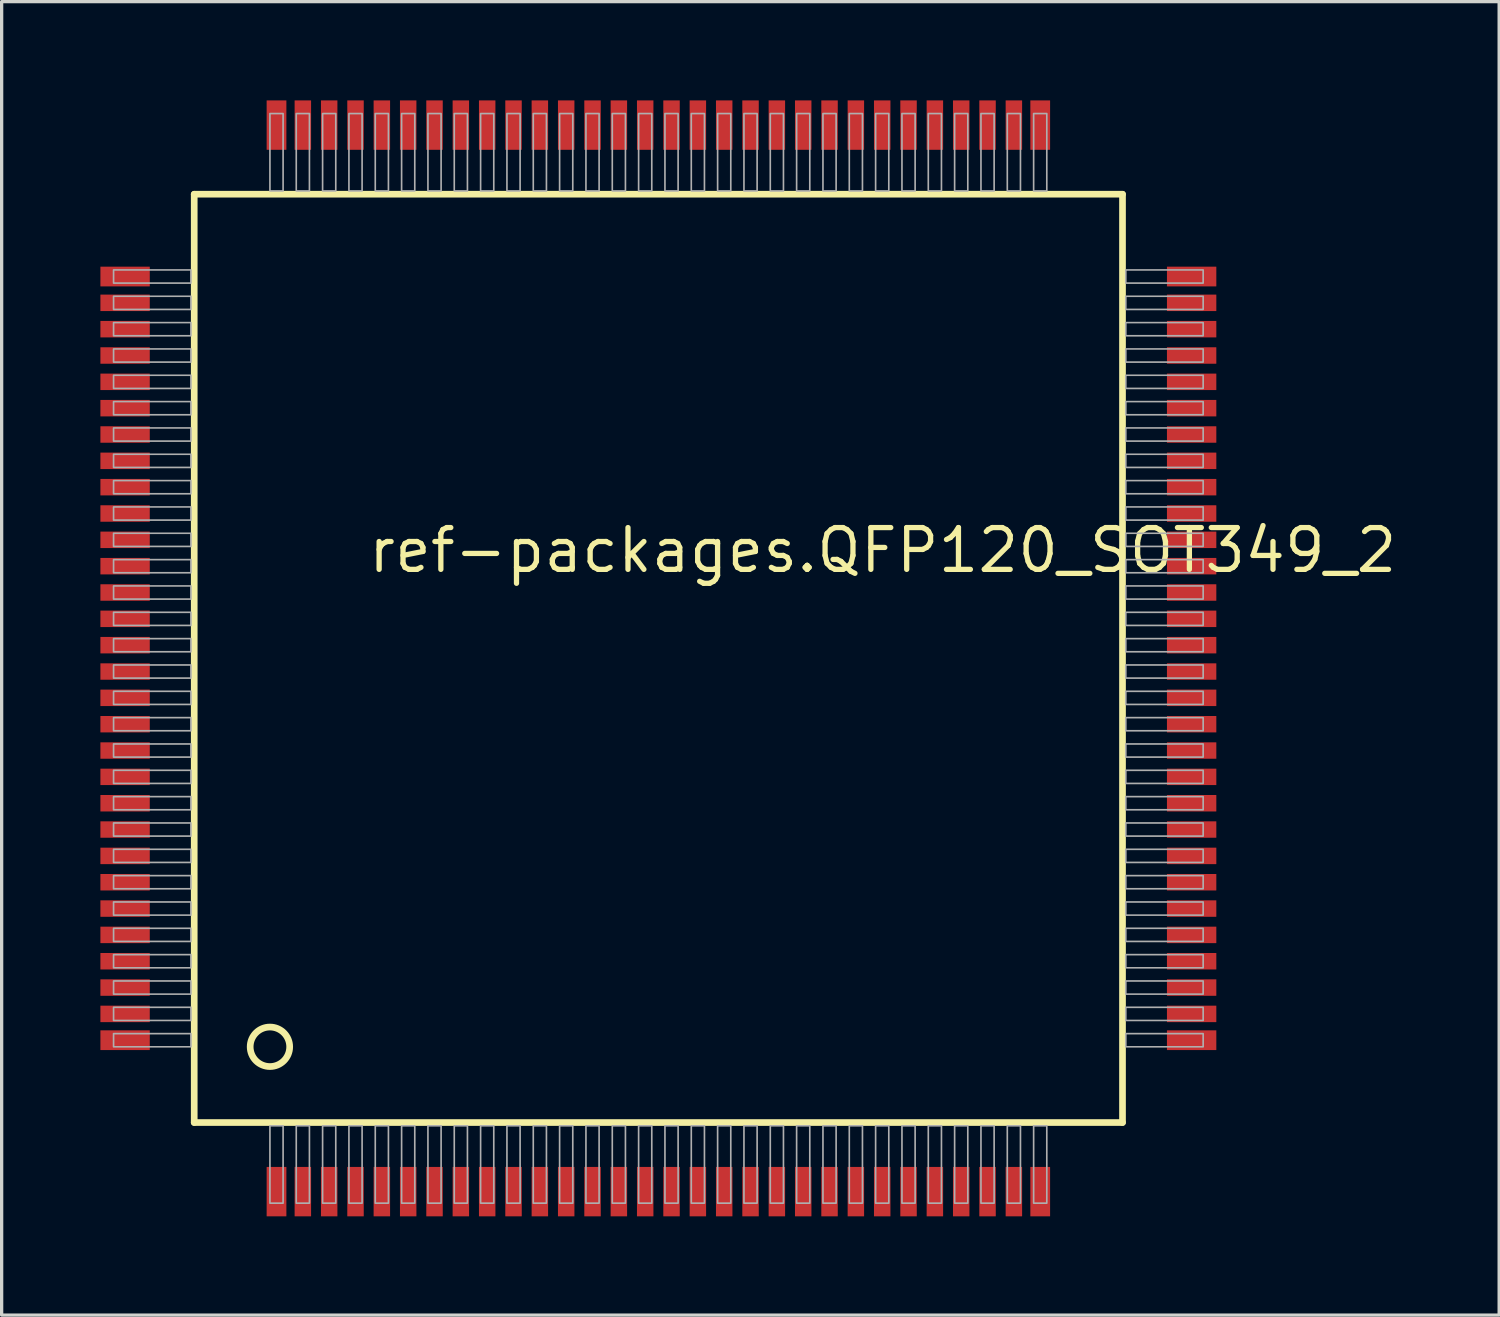
<source format=kicad_pcb>
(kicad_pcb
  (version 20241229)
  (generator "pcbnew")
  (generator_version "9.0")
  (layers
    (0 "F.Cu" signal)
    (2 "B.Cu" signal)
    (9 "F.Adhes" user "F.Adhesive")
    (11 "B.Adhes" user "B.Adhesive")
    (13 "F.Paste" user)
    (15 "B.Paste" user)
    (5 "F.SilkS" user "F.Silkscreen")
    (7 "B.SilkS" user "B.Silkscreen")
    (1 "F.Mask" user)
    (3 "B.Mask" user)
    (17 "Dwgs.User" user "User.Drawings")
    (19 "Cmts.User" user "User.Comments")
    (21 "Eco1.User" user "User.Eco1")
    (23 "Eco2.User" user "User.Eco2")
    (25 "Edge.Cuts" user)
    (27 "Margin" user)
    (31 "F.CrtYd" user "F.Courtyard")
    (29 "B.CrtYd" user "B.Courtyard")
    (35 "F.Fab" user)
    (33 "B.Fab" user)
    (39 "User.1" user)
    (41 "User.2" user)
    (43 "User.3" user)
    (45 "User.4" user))
  (footprint "ref-packages.QFP120_SOT349_2"
    (layer "F.Cu")
    (at 16.95 16.95)
    (property "Reference" "ref-packages.QFP120_SOT349_2" (at -8.89 -2.54 0) (layer "F.SilkS") (effects (font (size 1.27 1.27) (thickness 0.16)) (justify left bottom)))
    (attr smd)
    (fp_line (start -14.1 -14.1) (end 14.1 -14.1) (stroke (width 0.203) (type default)) (layer "F.SilkS"))
    (fp_line (start -14.1 14.1) (end -14.1 -14.1) (stroke (width 0.203) (type default)) (layer "F.SilkS"))
    (fp_line (start 14.1 -14.1) (end 14.1 14.1) (stroke (width 0.203) (type default)) (layer "F.SilkS"))
    (fp_line (start 14.1 14.1) (end -14.1 14.1) (stroke (width 0.203) (type default)) (layer "F.SilkS"))
    (fp_circle (center -11.8 11.8) (end -11.2 11.8) (stroke (width 0.203) (type default)) (fill no) (layer "F.SilkS"))
    (fp_rect (start -16.55 -11.4) (end -14.2 -11.8) (stroke (width 0.05) (type default)) (fill no) (layer "F.Fab"))
    (fp_rect (start -16.55 -10.6) (end -14.2 -11) (stroke (width 0.05) (type default)) (fill no) (layer "F.Fab"))
    (fp_rect (start -16.55 -9.8) (end -14.2 -10.2) (stroke (width 0.05) (type default)) (fill no) (layer "F.Fab"))
    (fp_rect (start -16.55 -9) (end -14.2 -9.4) (stroke (width 0.05) (type default)) (fill no) (layer "F.Fab"))
    (fp_rect (start -16.55 -8.2) (end -14.2 -8.6) (stroke (width 0.05) (type default)) (fill no) (layer "F.Fab"))
    (fp_rect (start -16.55 -7.4) (end -14.2 -7.8) (stroke (width 0.05) (type default)) (fill no) (layer "F.Fab"))
    (fp_rect (start -16.55 -6.6) (end -14.2 -7) (stroke (width 0.05) (type default)) (fill no) (layer "F.Fab"))
    (fp_rect (start -16.55 -5.8) (end -14.2 -6.2) (stroke (width 0.05) (type default)) (fill no) (layer "F.Fab"))
    (fp_rect (start -16.55 -5) (end -14.2 -5.4) (stroke (width 0.05) (type default)) (fill no) (layer "F.Fab"))
    (fp_rect (start -16.55 -4.2) (end -14.2 -4.6) (stroke (width 0.05) (type default)) (fill no) (layer "F.Fab"))
    (fp_rect (start -16.55 -3.4) (end -14.2 -3.8) (stroke (width 0.05) (type default)) (fill no) (layer "F.Fab"))
    (fp_rect (start -16.55 -2.6) (end -14.2 -3) (stroke (width 0.05) (type default)) (fill no) (layer "F.Fab"))
    (fp_rect (start -16.55 -1.8) (end -14.2 -2.2) (stroke (width 0.05) (type default)) (fill no) (layer "F.Fab"))
    (fp_rect (start -16.55 -1) (end -14.2 -1.4) (stroke (width 0.05) (type default)) (fill no) (layer "F.Fab"))
    (fp_rect (start -16.55 -0.2) (end -14.2 -0.6) (stroke (width 0.05) (type default)) (fill no) (layer "F.Fab"))
    (fp_rect (start -16.55 0.6) (end -14.2 0.2) (stroke (width 0.05) (type default)) (fill no) (layer "F.Fab"))
    (fp_rect (start -16.55 1.4) (end -14.2 1) (stroke (width 0.05) (type default)) (fill no) (layer "F.Fab"))
    (fp_rect (start -16.55 2.2) (end -14.2 1.8) (stroke (width 0.05) (type default)) (fill no) (layer "F.Fab"))
    (fp_rect (start -16.55 3) (end -14.2 2.6) (stroke (width 0.05) (type default)) (fill no) (layer "F.Fab"))
    (fp_rect (start -16.55 3.8) (end -14.2 3.4) (stroke (width 0.05) (type default)) (fill no) (layer "F.Fab"))
    (fp_rect (start -16.55 4.6) (end -14.2 4.2) (stroke (width 0.05) (type default)) (fill no) (layer "F.Fab"))
    (fp_rect (start -16.55 5.4) (end -14.2 5) (stroke (width 0.05) (type default)) (fill no) (layer "F.Fab"))
    (fp_rect (start -16.55 6.2) (end -14.2 5.8) (stroke (width 0.05) (type default)) (fill no) (layer "F.Fab"))
    (fp_rect (start -16.55 7) (end -14.2 6.6) (stroke (width 0.05) (type default)) (fill no) (layer "F.Fab"))
    (fp_rect (start -16.55 7.8) (end -14.2 7.4) (stroke (width 0.05) (type default)) (fill no) (layer "F.Fab"))
    (fp_rect (start -16.55 8.6) (end -14.2 8.2) (stroke (width 0.05) (type default)) (fill no) (layer "F.Fab"))
    (fp_rect (start -16.55 9.4) (end -14.2 9) (stroke (width 0.05) (type default)) (fill no) (layer "F.Fab"))
    (fp_rect (start -16.55 10.2) (end -14.2 9.8) (stroke (width 0.05) (type default)) (fill no) (layer "F.Fab"))
    (fp_rect (start -16.55 11) (end -14.2 10.6) (stroke (width 0.05) (type default)) (fill no) (layer "F.Fab"))
    (fp_rect (start -16.55 11.8) (end -14.2 11.4) (stroke (width 0.05) (type default)) (fill no) (layer "F.Fab"))
    (fp_rect (start -11.8 -14.2) (end -11.4 -16.55) (stroke (width 0.05) (type default)) (fill no) (layer "F.Fab"))
    (fp_rect (start -11.8 16.55) (end -11.4 14.2) (stroke (width 0.05) (type default)) (fill no) (layer "F.Fab"))
    (fp_rect (start -11 -14.2) (end -10.6 -16.55) (stroke (width 0.05) (type default)) (fill no) (layer "F.Fab"))
    (fp_rect (start -11 16.55) (end -10.6 14.2) (stroke (width 0.05) (type default)) (fill no) (layer "F.Fab"))
    (fp_rect (start -10.2 -14.2) (end -9.8 -16.55) (stroke (width 0.05) (type default)) (fill no) (layer "F.Fab"))
    (fp_rect (start -10.2 16.55) (end -9.8 14.2) (stroke (width 0.05) (type default)) (fill no) (layer "F.Fab"))
    (fp_rect (start -9.4 -14.2) (end -9 -16.55) (stroke (width 0.05) (type default)) (fill no) (layer "F.Fab"))
    (fp_rect (start -9.4 16.55) (end -9 14.2) (stroke (width 0.05) (type default)) (fill no) (layer "F.Fab"))
    (fp_rect (start -8.6 -14.2) (end -8.2 -16.55) (stroke (width 0.05) (type default)) (fill no) (layer "F.Fab"))
    (fp_rect (start -8.6 16.55) (end -8.2 14.2) (stroke (width 0.05) (type default)) (fill no) (layer "F.Fab"))
    (fp_rect (start -7.8 -14.2) (end -7.4 -16.55) (stroke (width 0.05) (type default)) (fill no) (layer "F.Fab"))
    (fp_rect (start -7.8 16.55) (end -7.4 14.2) (stroke (width 0.05) (type default)) (fill no) (layer "F.Fab"))
    (fp_rect (start -7 -14.2) (end -6.6 -16.55) (stroke (width 0.05) (type default)) (fill no) (layer "F.Fab"))
    (fp_rect (start -7 16.55) (end -6.6 14.2) (stroke (width 0.05) (type default)) (fill no) (layer "F.Fab"))
    (fp_rect (start -6.2 -14.2) (end -5.8 -16.55) (stroke (width 0.05) (type default)) (fill no) (layer "F.Fab"))
    (fp_rect (start -6.2 16.55) (end -5.8 14.2) (stroke (width 0.05) (type default)) (fill no) (layer "F.Fab"))
    (fp_rect (start -5.4 -14.2) (end -5 -16.55) (stroke (width 0.05) (type default)) (fill no) (layer "F.Fab"))
    (fp_rect (start -5.4 16.55) (end -5 14.2) (stroke (width 0.05) (type default)) (fill no) (layer "F.Fab"))
    (fp_rect (start -4.6 -14.2) (end -4.2 -16.55) (stroke (width 0.05) (type default)) (fill no) (layer "F.Fab"))
    (fp_rect (start -4.6 16.55) (end -4.2 14.2) (stroke (width 0.05) (type default)) (fill no) (layer "F.Fab"))
    (fp_rect (start -3.8 -14.2) (end -3.4 -16.55) (stroke (width 0.05) (type default)) (fill no) (layer "F.Fab"))
    (fp_rect (start -3.8 16.55) (end -3.4 14.2) (stroke (width 0.05) (type default)) (fill no) (layer "F.Fab"))
    (fp_rect (start -3 -14.2) (end -2.6 -16.55) (stroke (width 0.05) (type default)) (fill no) (layer "F.Fab"))
    (fp_rect (start -3 16.55) (end -2.6 14.2) (stroke (width 0.05) (type default)) (fill no) (layer "F.Fab"))
    (fp_rect (start -2.2 -14.2) (end -1.8 -16.55) (stroke (width 0.05) (type default)) (fill no) (layer "F.Fab"))
    (fp_rect (start -2.2 16.55) (end -1.8 14.2) (stroke (width 0.05) (type default)) (fill no) (layer "F.Fab"))
    (fp_rect (start -1.4 -14.2) (end -1 -16.55) (stroke (width 0.05) (type default)) (fill no) (layer "F.Fab"))
    (fp_rect (start -1.4 16.55) (end -1 14.2) (stroke (width 0.05) (type default)) (fill no) (layer "F.Fab"))
    (fp_rect (start -0.6 -14.2) (end -0.2 -16.55) (stroke (width 0.05) (type default)) (fill no) (layer "F.Fab"))
    (fp_rect (start -0.6 16.55) (end -0.2 14.2) (stroke (width 0.05) (type default)) (fill no) (layer "F.Fab"))
    (fp_rect (start 0.2 -14.2) (end 0.6 -16.55) (stroke (width 0.05) (type default)) (fill no) (layer "F.Fab"))
    (fp_rect (start 0.2 16.55) (end 0.6 14.2) (stroke (width 0.05) (type default)) (fill no) (layer "F.Fab"))
    (fp_rect (start 1 -14.2) (end 1.4 -16.55) (stroke (width 0.05) (type default)) (fill no) (layer "F.Fab"))
    (fp_rect (start 1 16.55) (end 1.4 14.2) (stroke (width 0.05) (type default)) (fill no) (layer "F.Fab"))
    (fp_rect (start 1.8 -14.2) (end 2.2 -16.55) (stroke (width 0.05) (type default)) (fill no) (layer "F.Fab"))
    (fp_rect (start 1.8 16.55) (end 2.2 14.2) (stroke (width 0.05) (type default)) (fill no) (layer "F.Fab"))
    (fp_rect (start 2.6 -14.2) (end 3 -16.55) (stroke (width 0.05) (type default)) (fill no) (layer "F.Fab"))
    (fp_rect (start 2.6 16.55) (end 3 14.2) (stroke (width 0.05) (type default)) (fill no) (layer "F.Fab"))
    (fp_rect (start 3.4 -14.2) (end 3.8 -16.55) (stroke (width 0.05) (type default)) (fill no) (layer "F.Fab"))
    (fp_rect (start 3.4 16.55) (end 3.8 14.2) (stroke (width 0.05) (type default)) (fill no) (layer "F.Fab"))
    (fp_rect (start 4.2 -14.2) (end 4.6 -16.55) (stroke (width 0.05) (type default)) (fill no) (layer "F.Fab"))
    (fp_rect (start 4.2 16.55) (end 4.6 14.2) (stroke (width 0.05) (type default)) (fill no) (layer "F.Fab"))
    (fp_rect (start 5 -14.2) (end 5.4 -16.55) (stroke (width 0.05) (type default)) (fill no) (layer "F.Fab"))
    (fp_rect (start 5 16.55) (end 5.4 14.2) (stroke (width 0.05) (type default)) (fill no) (layer "F.Fab"))
    (fp_rect (start 5.8 -14.2) (end 6.2 -16.55) (stroke (width 0.05) (type default)) (fill no) (layer "F.Fab"))
    (fp_rect (start 5.8 16.55) (end 6.2 14.2) (stroke (width 0.05) (type default)) (fill no) (layer "F.Fab"))
    (fp_rect (start 6.6 -14.2) (end 7 -16.55) (stroke (width 0.05) (type default)) (fill no) (layer "F.Fab"))
    (fp_rect (start 6.6 16.55) (end 7 14.2) (stroke (width 0.05) (type default)) (fill no) (layer "F.Fab"))
    (fp_rect (start 7.4 -14.2) (end 7.8 -16.55) (stroke (width 0.05) (type default)) (fill no) (layer "F.Fab"))
    (fp_rect (start 7.4 16.55) (end 7.8 14.2) (stroke (width 0.05) (type default)) (fill no) (layer "F.Fab"))
    (fp_rect (start 8.2 -14.2) (end 8.6 -16.55) (stroke (width 0.05) (type default)) (fill no) (layer "F.Fab"))
    (fp_rect (start 8.2 16.55) (end 8.6 14.2) (stroke (width 0.05) (type default)) (fill no) (layer "F.Fab"))
    (fp_rect (start 9 -14.2) (end 9.4 -16.55) (stroke (width 0.05) (type default)) (fill no) (layer "F.Fab"))
    (fp_rect (start 9 16.55) (end 9.4 14.2) (stroke (width 0.05) (type default)) (fill no) (layer "F.Fab"))
    (fp_rect (start 9.8 -14.2) (end 10.2 -16.55) (stroke (width 0.05) (type default)) (fill no) (layer "F.Fab"))
    (fp_rect (start 9.8 16.55) (end 10.2 14.2) (stroke (width 0.05) (type default)) (fill no) (layer "F.Fab"))
    (fp_rect (start 10.6 -14.2) (end 11 -16.55) (stroke (width 0.05) (type default)) (fill no) (layer "F.Fab"))
    (fp_rect (start 10.6 16.55) (end 11 14.2) (stroke (width 0.05) (type default)) (fill no) (layer "F.Fab"))
    (fp_rect (start 11.4 -14.2) (end 11.8 -16.55) (stroke (width 0.05) (type default)) (fill no) (layer "F.Fab"))
    (fp_rect (start 11.4 16.55) (end 11.8 14.2) (stroke (width 0.05) (type default)) (fill no) (layer "F.Fab"))
    (fp_rect (start 14.2 -11.4) (end 16.55 -11.8) (stroke (width 0.05) (type default)) (fill no) (layer "F.Fab"))
    (fp_rect (start 14.2 -10.6) (end 16.55 -11) (stroke (width 0.05) (type default)) (fill no) (layer "F.Fab"))
    (fp_rect (start 14.2 -9.8) (end 16.55 -10.2) (stroke (width 0.05) (type default)) (fill no) (layer "F.Fab"))
    (fp_rect (start 14.2 -9) (end 16.55 -9.4) (stroke (width 0.05) (type default)) (fill no) (layer "F.Fab"))
    (fp_rect (start 14.2 -8.2) (end 16.55 -8.6) (stroke (width 0.05) (type default)) (fill no) (layer "F.Fab"))
    (fp_rect (start 14.2 -7.4) (end 16.55 -7.8) (stroke (width 0.05) (type default)) (fill no) (layer "F.Fab"))
    (fp_rect (start 14.2 -6.6) (end 16.55 -7) (stroke (width 0.05) (type default)) (fill no) (layer "F.Fab"))
    (fp_rect (start 14.2 -5.8) (end 16.55 -6.2) (stroke (width 0.05) (type default)) (fill no) (layer "F.Fab"))
    (fp_rect (start 14.2 -5) (end 16.55 -5.4) (stroke (width 0.05) (type default)) (fill no) (layer "F.Fab"))
    (fp_rect (start 14.2 -4.2) (end 16.55 -4.6) (stroke (width 0.05) (type default)) (fill no) (layer "F.Fab"))
    (fp_rect (start 14.2 -3.4) (end 16.55 -3.8) (stroke (width 0.05) (type default)) (fill no) (layer "F.Fab"))
    (fp_rect (start 14.2 -2.6) (end 16.55 -3) (stroke (width 0.05) (type default)) (fill no) (layer "F.Fab"))
    (fp_rect (start 14.2 -1.8) (end 16.55 -2.2) (stroke (width 0.05) (type default)) (fill no) (layer "F.Fab"))
    (fp_rect (start 14.2 -1) (end 16.55 -1.4) (stroke (width 0.05) (type default)) (fill no) (layer "F.Fab"))
    (fp_rect (start 14.2 -0.2) (end 16.55 -0.6) (stroke (width 0.05) (type default)) (fill no) (layer "F.Fab"))
    (fp_rect (start 14.2 0.6) (end 16.55 0.2) (stroke (width 0.05) (type default)) (fill no) (layer "F.Fab"))
    (fp_rect (start 14.2 1.4) (end 16.55 1) (stroke (width 0.05) (type default)) (fill no) (layer "F.Fab"))
    (fp_rect (start 14.2 2.2) (end 16.55 1.8) (stroke (width 0.05) (type default)) (fill no) (layer "F.Fab"))
    (fp_rect (start 14.2 3) (end 16.55 2.6) (stroke (width 0.05) (type default)) (fill no) (layer "F.Fab"))
    (fp_rect (start 14.2 3.8) (end 16.55 3.4) (stroke (width 0.05) (type default)) (fill no) (layer "F.Fab"))
    (fp_rect (start 14.2 4.6) (end 16.55 4.2) (stroke (width 0.05) (type default)) (fill no) (layer "F.Fab"))
    (fp_rect (start 14.2 5.4) (end 16.55 5) (stroke (width 0.05) (type default)) (fill no) (layer "F.Fab"))
    (fp_rect (start 14.2 6.2) (end 16.55 5.8) (stroke (width 0.05) (type default)) (fill no) (layer "F.Fab"))
    (fp_rect (start 14.2 7) (end 16.55 6.6) (stroke (width 0.05) (type default)) (fill no) (layer "F.Fab"))
    (fp_rect (start 14.2 7.8) (end 16.55 7.4) (stroke (width 0.05) (type default)) (fill no) (layer "F.Fab"))
    (fp_rect (start 14.2 8.6) (end 16.55 8.2) (stroke (width 0.05) (type default)) (fill no) (layer "F.Fab"))
    (fp_rect (start 14.2 9.4) (end 16.55 9) (stroke (width 0.05) (type default)) (fill no) (layer "F.Fab"))
    (fp_rect (start 14.2 10.2) (end 16.55 9.8) (stroke (width 0.05) (type default)) (fill no) (layer "F.Fab"))
    (fp_rect (start 14.2 11) (end 16.55 10.6) (stroke (width 0.05) (type default)) (fill no) (layer "F.Fab"))
    (fp_rect (start 14.2 11.8) (end 16.55 11.4) (stroke (width 0.05) (type default)) (fill no) (layer "F.Fab"))
    (pad "1" smd roundrect (at -11.6 16.2) (size 0.6 1.5) (layers "F.Cu" "F.Mask" "F.Paste") (roundrect_rratio 0.01))
    (pad "2" smd roundrect (at -10.8 16.2) (size 0.5 1.5) (layers "F.Cu" "F.Mask" "F.Paste") (roundrect_rratio 0.01))
    (pad "3" smd roundrect (at -10 16.2) (size 0.5 1.5) (layers "F.Cu" "F.Mask" "F.Paste") (roundrect_rratio 0.01))
    (pad "4" smd roundrect (at -9.2 16.2) (size 0.5 1.5) (layers "F.Cu" "F.Mask" "F.Paste") (roundrect_rratio 0.01))
    (pad "5" smd roundrect (at -8.4 16.2) (size 0.5 1.5) (layers "F.Cu" "F.Mask" "F.Paste") (roundrect_rratio 0.01))
    (pad "6" smd roundrect (at -7.6 16.2) (size 0.5 1.5) (layers "F.Cu" "F.Mask" "F.Paste") (roundrect_rratio 0.01))
    (pad "7" smd roundrect (at -6.8 16.2) (size 0.5 1.5) (layers "F.Cu" "F.Mask" "F.Paste") (roundrect_rratio 0.01))
    (pad "8" smd roundrect (at -6 16.2) (size 0.5 1.5) (layers "F.Cu" "F.Mask" "F.Paste") (roundrect_rratio 0.01))
    (pad "9" smd roundrect (at -5.2 16.2) (size 0.5 1.5) (layers "F.Cu" "F.Mask" "F.Paste") (roundrect_rratio 0.01))
    (pad "10" smd roundrect (at -4.4 16.2) (size 0.5 1.5) (layers "F.Cu" "F.Mask" "F.Paste") (roundrect_rratio 0.01))
    (pad "11" smd roundrect (at -3.6 16.2) (size 0.5 1.5) (layers "F.Cu" "F.Mask" "F.Paste") (roundrect_rratio 0.01))
    (pad "12" smd roundrect (at -2.8 16.2) (size 0.5 1.5) (layers "F.Cu" "F.Mask" "F.Paste") (roundrect_rratio 0.01))
    (pad "13" smd roundrect (at -2 16.2) (size 0.5 1.5) (layers "F.Cu" "F.Mask" "F.Paste") (roundrect_rratio 0.01))
    (pad "14" smd roundrect (at -1.2 16.2) (size 0.5 1.5) (layers "F.Cu" "F.Mask" "F.Paste") (roundrect_rratio 0.01))
    (pad "15" smd roundrect (at -0.4 16.2) (size 0.5 1.5) (layers "F.Cu" "F.Mask" "F.Paste") (roundrect_rratio 0.01))
    (pad "16" smd roundrect (at 0.4 16.2) (size 0.5 1.5) (layers "F.Cu" "F.Mask" "F.Paste") (roundrect_rratio 0.01))
    (pad "17" smd roundrect (at 1.2 16.2) (size 0.5 1.5) (layers "F.Cu" "F.Mask" "F.Paste") (roundrect_rratio 0.01))
    (pad "18" smd roundrect (at 2 16.2) (size 0.5 1.5) (layers "F.Cu" "F.Mask" "F.Paste") (roundrect_rratio 0.01))
    (pad "19" smd roundrect (at 2.8 16.2) (size 0.5 1.5) (layers "F.Cu" "F.Mask" "F.Paste") (roundrect_rratio 0.01))
    (pad "20" smd roundrect (at 3.6 16.2) (size 0.5 1.5) (layers "F.Cu" "F.Mask" "F.Paste") (roundrect_rratio 0.01))
    (pad "21" smd roundrect (at 4.4 16.2) (size 0.5 1.5) (layers "F.Cu" "F.Mask" "F.Paste") (roundrect_rratio 0.01))
    (pad "22" smd roundrect (at 5.2 16.2) (size 0.5 1.5) (layers "F.Cu" "F.Mask" "F.Paste") (roundrect_rratio 0.01))
    (pad "23" smd roundrect (at 6 16.2) (size 0.5 1.5) (layers "F.Cu" "F.Mask" "F.Paste") (roundrect_rratio 0.01))
    (pad "24" smd roundrect (at 6.8 16.2) (size 0.5 1.5) (layers "F.Cu" "F.Mask" "F.Paste") (roundrect_rratio 0.01))
    (pad "25" smd roundrect (at 7.6 16.2) (size 0.5 1.5) (layers "F.Cu" "F.Mask" "F.Paste") (roundrect_rratio 0.01))
    (pad "26" smd roundrect (at 8.4 16.2) (size 0.5 1.5) (layers "F.Cu" "F.Mask" "F.Paste") (roundrect_rratio 0.01))
    (pad "27" smd roundrect (at 9.2 16.2) (size 0.5 1.5) (layers "F.Cu" "F.Mask" "F.Paste") (roundrect_rratio 0.01))
    (pad "28" smd roundrect (at 10 16.2) (size 0.5 1.5) (layers "F.Cu" "F.Mask" "F.Paste") (roundrect_rratio 0.01))
    (pad "29" smd roundrect (at 10.8 16.2) (size 0.5 1.5) (layers "F.Cu" "F.Mask" "F.Paste") (roundrect_rratio 0.01))
    (pad "30" smd roundrect (at 11.6 16.2) (size 0.6 1.5) (layers "F.Cu" "F.Mask" "F.Paste") (roundrect_rratio 0.01))
    (pad "31" smd roundrect (at 16.2 11.6) (size 1.5 0.6) (layers "F.Cu" "F.Mask" "F.Paste") (roundrect_rratio 0.01))
    (pad "32" smd roundrect (at 16.2 10.8) (size 1.5 0.5) (layers "F.Cu" "F.Mask" "F.Paste") (roundrect_rratio 0.01))
    (pad "33" smd roundrect (at 16.2 10) (size 1.5 0.5) (layers "F.Cu" "F.Mask" "F.Paste") (roundrect_rratio 0.01))
    (pad "34" smd roundrect (at 16.2 9.2) (size 1.5 0.5) (layers "F.Cu" "F.Mask" "F.Paste") (roundrect_rratio 0.01))
    (pad "35" smd roundrect (at 16.2 8.4) (size 1.5 0.5) (layers "F.Cu" "F.Mask" "F.Paste") (roundrect_rratio 0.01))
    (pad "36" smd roundrect (at 16.2 7.6) (size 1.5 0.5) (layers "F.Cu" "F.Mask" "F.Paste") (roundrect_rratio 0.01))
    (pad "37" smd roundrect (at 16.2 6.8) (size 1.5 0.5) (layers "F.Cu" "F.Mask" "F.Paste") (roundrect_rratio 0.01))
    (pad "38" smd roundrect (at 16.2 6) (size 1.5 0.5) (layers "F.Cu" "F.Mask" "F.Paste") (roundrect_rratio 0.01))
    (pad "39" smd roundrect (at 16.2 5.2) (size 1.5 0.5) (layers "F.Cu" "F.Mask" "F.Paste") (roundrect_rratio 0.01))
    (pad "40" smd roundrect (at 16.2 4.4) (size 1.5 0.5) (layers "F.Cu" "F.Mask" "F.Paste") (roundrect_rratio 0.01))
    (pad "41" smd roundrect (at 16.2 3.6) (size 1.5 0.5) (layers "F.Cu" "F.Mask" "F.Paste") (roundrect_rratio 0.01))
    (pad "42" smd roundrect (at 16.2 2.8) (size 1.5 0.5) (layers "F.Cu" "F.Mask" "F.Paste") (roundrect_rratio 0.01))
    (pad "43" smd roundrect (at 16.2 2) (size 1.5 0.5) (layers "F.Cu" "F.Mask" "F.Paste") (roundrect_rratio 0.01))
    (pad "44" smd roundrect (at 16.2 1.2) (size 1.5 0.5) (layers "F.Cu" "F.Mask" "F.Paste") (roundrect_rratio 0.01))
    (pad "45" smd roundrect (at 16.2 0.4) (size 1.5 0.5) (layers "F.Cu" "F.Mask" "F.Paste") (roundrect_rratio 0.01))
    (pad "46" smd roundrect (at 16.2 -0.4) (size 1.5 0.5) (layers "F.Cu" "F.Mask" "F.Paste") (roundrect_rratio 0.01))
    (pad "47" smd roundrect (at 16.2 -1.2) (size 1.5 0.5) (layers "F.Cu" "F.Mask" "F.Paste") (roundrect_rratio 0.01))
    (pad "48" smd roundrect (at 16.2 -2) (size 1.5 0.5) (layers "F.Cu" "F.Mask" "F.Paste") (roundrect_rratio 0.01))
    (pad "49" smd roundrect (at 16.2 -2.8) (size 1.5 0.5) (layers "F.Cu" "F.Mask" "F.Paste") (roundrect_rratio 0.01))
    (pad "50" smd roundrect (at 16.2 -3.6) (size 1.5 0.5) (layers "F.Cu" "F.Mask" "F.Paste") (roundrect_rratio 0.01))
    (pad "51" smd roundrect (at 16.2 -4.4) (size 1.5 0.5) (layers "F.Cu" "F.Mask" "F.Paste") (roundrect_rratio 0.01))
    (pad "52" smd roundrect (at 16.2 -5.2) (size 1.5 0.5) (layers "F.Cu" "F.Mask" "F.Paste") (roundrect_rratio 0.01))
    (pad "53" smd roundrect (at 16.2 -6) (size 1.5 0.5) (layers "F.Cu" "F.Mask" "F.Paste") (roundrect_rratio 0.01))
    (pad "54" smd roundrect (at 16.2 -6.8) (size 1.5 0.5) (layers "F.Cu" "F.Mask" "F.Paste") (roundrect_rratio 0.01))
    (pad "55" smd roundrect (at 16.2 -7.6) (size 1.5 0.5) (layers "F.Cu" "F.Mask" "F.Paste") (roundrect_rratio 0.01))
    (pad "56" smd roundrect (at 16.2 -8.4) (size 1.5 0.5) (layers "F.Cu" "F.Mask" "F.Paste") (roundrect_rratio 0.01))
    (pad "57" smd roundrect (at 16.2 -9.2) (size 1.5 0.5) (layers "F.Cu" "F.Mask" "F.Paste") (roundrect_rratio 0.01))
    (pad "58" smd roundrect (at 16.2 -10) (size 1.5 0.5) (layers "F.Cu" "F.Mask" "F.Paste") (roundrect_rratio 0.01))
    (pad "59" smd roundrect (at 16.2 -10.8) (size 1.5 0.5) (layers "F.Cu" "F.Mask" "F.Paste") (roundrect_rratio 0.01))
    (pad "60" smd roundrect (at 16.2 -11.6) (size 1.5 0.6) (layers "F.Cu" "F.Mask" "F.Paste") (roundrect_rratio 0.01))
    (pad "61" smd roundrect (at 11.6 -16.2) (size 0.6 1.5) (layers "F.Cu" "F.Mask" "F.Paste") (roundrect_rratio 0.01))
    (pad "62" smd roundrect (at 10.8 -16.2) (size 0.5 1.5) (layers "F.Cu" "F.Mask" "F.Paste") (roundrect_rratio 0.01))
    (pad "63" smd roundrect (at 10 -16.2) (size 0.5 1.5) (layers "F.Cu" "F.Mask" "F.Paste") (roundrect_rratio 0.01))
    (pad "64" smd roundrect (at 9.2 -16.2) (size 0.5 1.5) (layers "F.Cu" "F.Mask" "F.Paste") (roundrect_rratio 0.01))
    (pad "65" smd roundrect (at 8.4 -16.2) (size 0.5 1.5) (layers "F.Cu" "F.Mask" "F.Paste") (roundrect_rratio 0.01))
    (pad "66" smd roundrect (at 7.6 -16.2) (size 0.5 1.5) (layers "F.Cu" "F.Mask" "F.Paste") (roundrect_rratio 0.01))
    (pad "67" smd roundrect (at 6.8 -16.2) (size 0.5 1.5) (layers "F.Cu" "F.Mask" "F.Paste") (roundrect_rratio 0.01))
    (pad "68" smd roundrect (at 6 -16.2) (size 0.5 1.5) (layers "F.Cu" "F.Mask" "F.Paste") (roundrect_rratio 0.01))
    (pad "69" smd roundrect (at 5.2 -16.2) (size 0.5 1.5) (layers "F.Cu" "F.Mask" "F.Paste") (roundrect_rratio 0.01))
    (pad "70" smd roundrect (at 4.4 -16.2) (size 0.5 1.5) (layers "F.Cu" "F.Mask" "F.Paste") (roundrect_rratio 0.01))
    (pad "71" smd roundrect (at 3.6 -16.2) (size 0.5 1.5) (layers "F.Cu" "F.Mask" "F.Paste") (roundrect_rratio 0.01))
    (pad "72" smd roundrect (at 2.8 -16.2) (size 0.5 1.5) (layers "F.Cu" "F.Mask" "F.Paste") (roundrect_rratio 0.01))
    (pad "73" smd roundrect (at 2 -16.2) (size 0.5 1.5) (layers "F.Cu" "F.Mask" "F.Paste") (roundrect_rratio 0.01))
    (pad "74" smd roundrect (at 1.2 -16.2) (size 0.5 1.5) (layers "F.Cu" "F.Mask" "F.Paste") (roundrect_rratio 0.01))
    (pad "75" smd roundrect (at 0.4 -16.2) (size 0.5 1.5) (layers "F.Cu" "F.Mask" "F.Paste") (roundrect_rratio 0.01))
    (pad "76" smd roundrect (at -0.4 -16.2) (size 0.5 1.5) (layers "F.Cu" "F.Mask" "F.Paste") (roundrect_rratio 0.01))
    (pad "77" smd roundrect (at -1.2 -16.2) (size 0.5 1.5) (layers "F.Cu" "F.Mask" "F.Paste") (roundrect_rratio 0.01))
    (pad "78" smd roundrect (at -2 -16.2) (size 0.5 1.5) (layers "F.Cu" "F.Mask" "F.Paste") (roundrect_rratio 0.01))
    (pad "79" smd roundrect (at -2.8 -16.2) (size 0.5 1.5) (layers "F.Cu" "F.Mask" "F.Paste") (roundrect_rratio 0.01))
    (pad "80" smd roundrect (at -3.6 -16.2) (size 0.5 1.5) (layers "F.Cu" "F.Mask" "F.Paste") (roundrect_rratio 0.01))
    (pad "81" smd roundrect (at -4.4 -16.2) (size 0.5 1.5) (layers "F.Cu" "F.Mask" "F.Paste") (roundrect_rratio 0.01))
    (pad "82" smd roundrect (at -5.2 -16.2) (size 0.5 1.5) (layers "F.Cu" "F.Mask" "F.Paste") (roundrect_rratio 0.01))
    (pad "83" smd roundrect (at -6 -16.2) (size 0.5 1.5) (layers "F.Cu" "F.Mask" "F.Paste") (roundrect_rratio 0.01))
    (pad "84" smd roundrect (at -6.8 -16.2) (size 0.5 1.5) (layers "F.Cu" "F.Mask" "F.Paste") (roundrect_rratio 0.01))
    (pad "85" smd roundrect (at -7.6 -16.2) (size 0.5 1.5) (layers "F.Cu" "F.Mask" "F.Paste") (roundrect_rratio 0.01))
    (pad "86" smd roundrect (at -8.4 -16.2) (size 0.5 1.5) (layers "F.Cu" "F.Mask" "F.Paste") (roundrect_rratio 0.01))
    (pad "87" smd roundrect (at -9.2 -16.2) (size 0.5 1.5) (layers "F.Cu" "F.Mask" "F.Paste") (roundrect_rratio 0.01))
    (pad "88" smd roundrect (at -10 -16.2) (size 0.5 1.5) (layers "F.Cu" "F.Mask" "F.Paste") (roundrect_rratio 0.01))
    (pad "89" smd roundrect (at -10.8 -16.2) (size 0.5 1.5) (layers "F.Cu" "F.Mask" "F.Paste") (roundrect_rratio 0.01))
    (pad "90" smd roundrect (at -11.6 -16.2) (size 0.6 1.5) (layers "F.Cu" "F.Mask" "F.Paste") (roundrect_rratio 0.01))
    (pad "91" smd roundrect (at -16.2 -11.6) (size 1.5 0.6) (layers "F.Cu" "F.Mask" "F.Paste") (roundrect_rratio 0.01))
    (pad "92" smd roundrect (at -16.2 -10.8) (size 1.5 0.5) (layers "F.Cu" "F.Mask" "F.Paste") (roundrect_rratio 0.01))
    (pad "93" smd roundrect (at -16.2 -10) (size 1.5 0.5) (layers "F.Cu" "F.Mask" "F.Paste") (roundrect_rratio 0.01))
    (pad "94" smd roundrect (at -16.2 -9.2) (size 1.5 0.5) (layers "F.Cu" "F.Mask" "F.Paste") (roundrect_rratio 0.01))
    (pad "95" smd roundrect (at -16.2 -8.4) (size 1.5 0.5) (layers "F.Cu" "F.Mask" "F.Paste") (roundrect_rratio 0.01))
    (pad "96" smd roundrect (at -16.2 -7.6) (size 1.5 0.5) (layers "F.Cu" "F.Mask" "F.Paste") (roundrect_rratio 0.01))
    (pad "97" smd roundrect (at -16.2 -6.8) (size 1.5 0.5) (layers "F.Cu" "F.Mask" "F.Paste") (roundrect_rratio 0.01))
    (pad "98" smd roundrect (at -16.2 -6) (size 1.5 0.5) (layers "F.Cu" "F.Mask" "F.Paste") (roundrect_rratio 0.01))
    (pad "99" smd roundrect (at -16.2 -5.2) (size 1.5 0.5) (layers "F.Cu" "F.Mask" "F.Paste") (roundrect_rratio 0.01))
    (pad "100" smd roundrect (at -16.2 -4.4) (size 1.5 0.5) (layers "F.Cu" "F.Mask" "F.Paste") (roundrect_rratio 0.01))
    (pad "101" smd roundrect (at -16.2 -3.6) (size 1.5 0.5) (layers "F.Cu" "F.Mask" "F.Paste") (roundrect_rratio 0.01))
    (pad "102" smd roundrect (at -16.2 -2.8) (size 1.5 0.5) (layers "F.Cu" "F.Mask" "F.Paste") (roundrect_rratio 0.01))
    (pad "103" smd roundrect (at -16.2 -2) (size 1.5 0.5) (layers "F.Cu" "F.Mask" "F.Paste") (roundrect_rratio 0.01))
    (pad "104" smd roundrect (at -16.2 -1.2) (size 1.5 0.5) (layers "F.Cu" "F.Mask" "F.Paste") (roundrect_rratio 0.01))
    (pad "105" smd roundrect (at -16.2 -0.4) (size 1.5 0.5) (layers "F.Cu" "F.Mask" "F.Paste") (roundrect_rratio 0.01))
    (pad "106" smd roundrect (at -16.2 0.4) (size 1.5 0.5) (layers "F.Cu" "F.Mask" "F.Paste") (roundrect_rratio 0.01))
    (pad "107" smd roundrect (at -16.2 1.2) (size 1.5 0.5) (layers "F.Cu" "F.Mask" "F.Paste") (roundrect_rratio 0.01))
    (pad "108" smd roundrect (at -16.2 2) (size 1.5 0.5) (layers "F.Cu" "F.Mask" "F.Paste") (roundrect_rratio 0.01))
    (pad "109" smd roundrect (at -16.2 2.8) (size 1.5 0.5) (layers "F.Cu" "F.Mask" "F.Paste") (roundrect_rratio 0.01))
    (pad "110" smd roundrect (at -16.2 3.6) (size 1.5 0.5) (layers "F.Cu" "F.Mask" "F.Paste") (roundrect_rratio 0.01))
    (pad "111" smd roundrect (at -16.2 4.4) (size 1.5 0.5) (layers "F.Cu" "F.Mask" "F.Paste") (roundrect_rratio 0.01))
    (pad "112" smd roundrect (at -16.2 5.2) (size 1.5 0.5) (layers "F.Cu" "F.Mask" "F.Paste") (roundrect_rratio 0.01))
    (pad "113" smd roundrect (at -16.2 6) (size 1.5 0.5) (layers "F.Cu" "F.Mask" "F.Paste") (roundrect_rratio 0.01))
    (pad "114" smd roundrect (at -16.2 6.8) (size 1.5 0.5) (layers "F.Cu" "F.Mask" "F.Paste") (roundrect_rratio 0.01))
    (pad "115" smd roundrect (at -16.2 7.6) (size 1.5 0.5) (layers "F.Cu" "F.Mask" "F.Paste") (roundrect_rratio 0.01))
    (pad "116" smd roundrect (at -16.2 8.4) (size 1.5 0.5) (layers "F.Cu" "F.Mask" "F.Paste") (roundrect_rratio 0.01))
    (pad "117" smd roundrect (at -16.2 9.2) (size 1.5 0.5) (layers "F.Cu" "F.Mask" "F.Paste") (roundrect_rratio 0.01))
    (pad "118" smd roundrect (at -16.2 10) (size 1.5 0.5) (layers "F.Cu" "F.Mask" "F.Paste") (roundrect_rratio 0.01))
    (pad "119" smd roundrect (at -16.2 10.8) (size 1.5 0.5) (layers "F.Cu" "F.Mask" "F.Paste") (roundrect_rratio 0.01))
    (pad "120" smd roundrect (at -16.2 11.6) (size 1.5 0.6) (layers "F.Cu" "F.Mask" "F.Paste") (roundrect_rratio 0.01)))
  (gr_rect
    (start -3 -3)
    (end 42.492 36.9)
    (stroke (width 0.1) (type default))
    (fill no)
    (layer "Edge.Cuts")))
</source>
